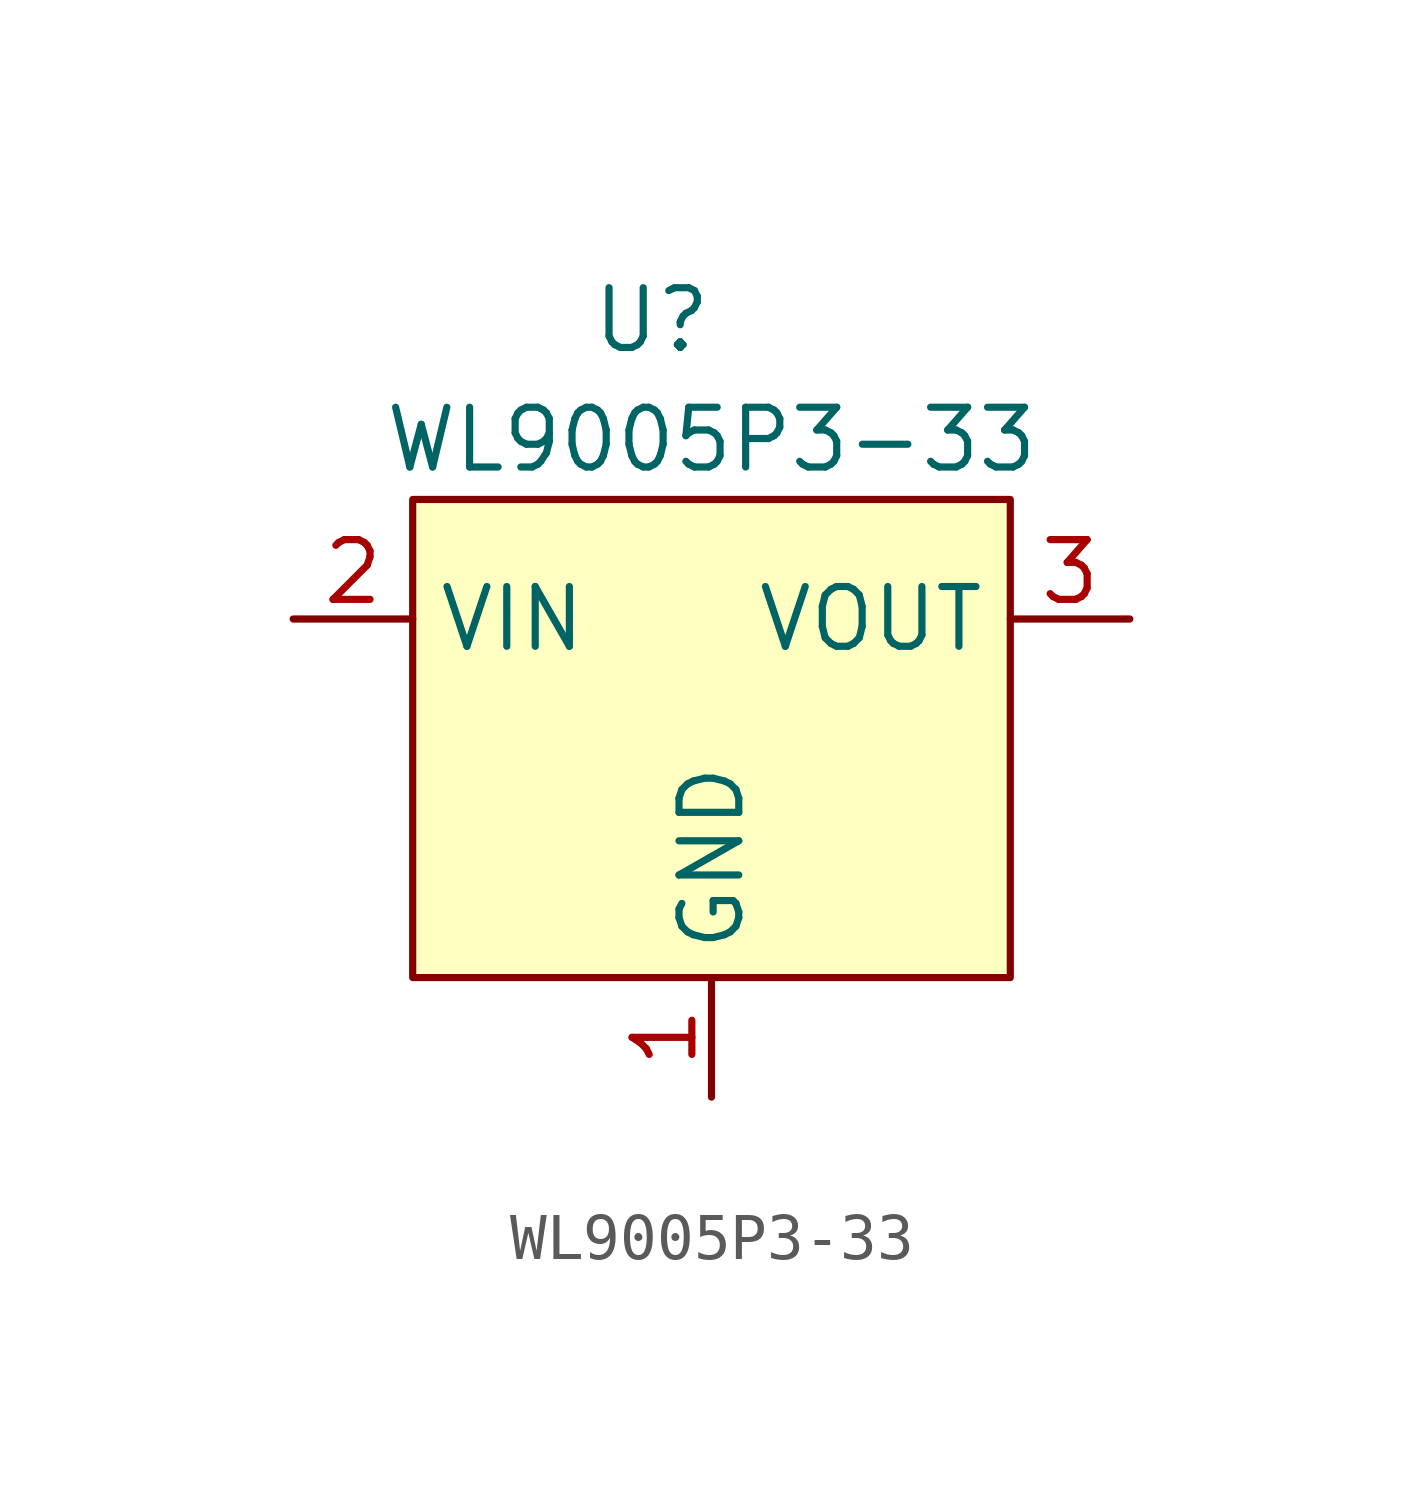
<source format=kicad_sym>
(kicad_symbol_lib
  (version 20211014)
  (generator kicad_symbol_editor)
  (symbol "WL9005P3-33"
    (property "Reference" "U"
      (at 0 0 0)
      (effects (font (size 1.27 1.27))))
    (property "Value" "WL9005P3-33"
      (at 1.27 -2.54 0)
      (effects (font (size 1.27 1.27))))
    (symbol "WL9005P3-33_0_1"
      (rectangle (start -5.08 -3.81) (end 7.62 -13.97) (stroke (width 0) (type default) (color 0 0 0 0)) (fill (type background))))
    (symbol "WL9005P3-33_1_1"
      (pin power_in line (at 1.27 -16.51 90) (length 2.54) (name "GND" (effects (font (size 1.27 1.27)))) (number "1" (effects (font (size 1.27 1.27)))))
      (pin power_in line (at -7.62 -6.35 0) (length 2.54) (name "VIN" (effects (font (size 1.27 1.27)))) (number "2" (effects (font (size 1.27 1.27)))))
      (pin power_out line (at 10.16 -6.35 180) (length 2.54) (name "VOUT" (effects (font (size 1.27 1.27)))) (number "3" (effects (font (size 1.27 1.27))))))))
</source>
